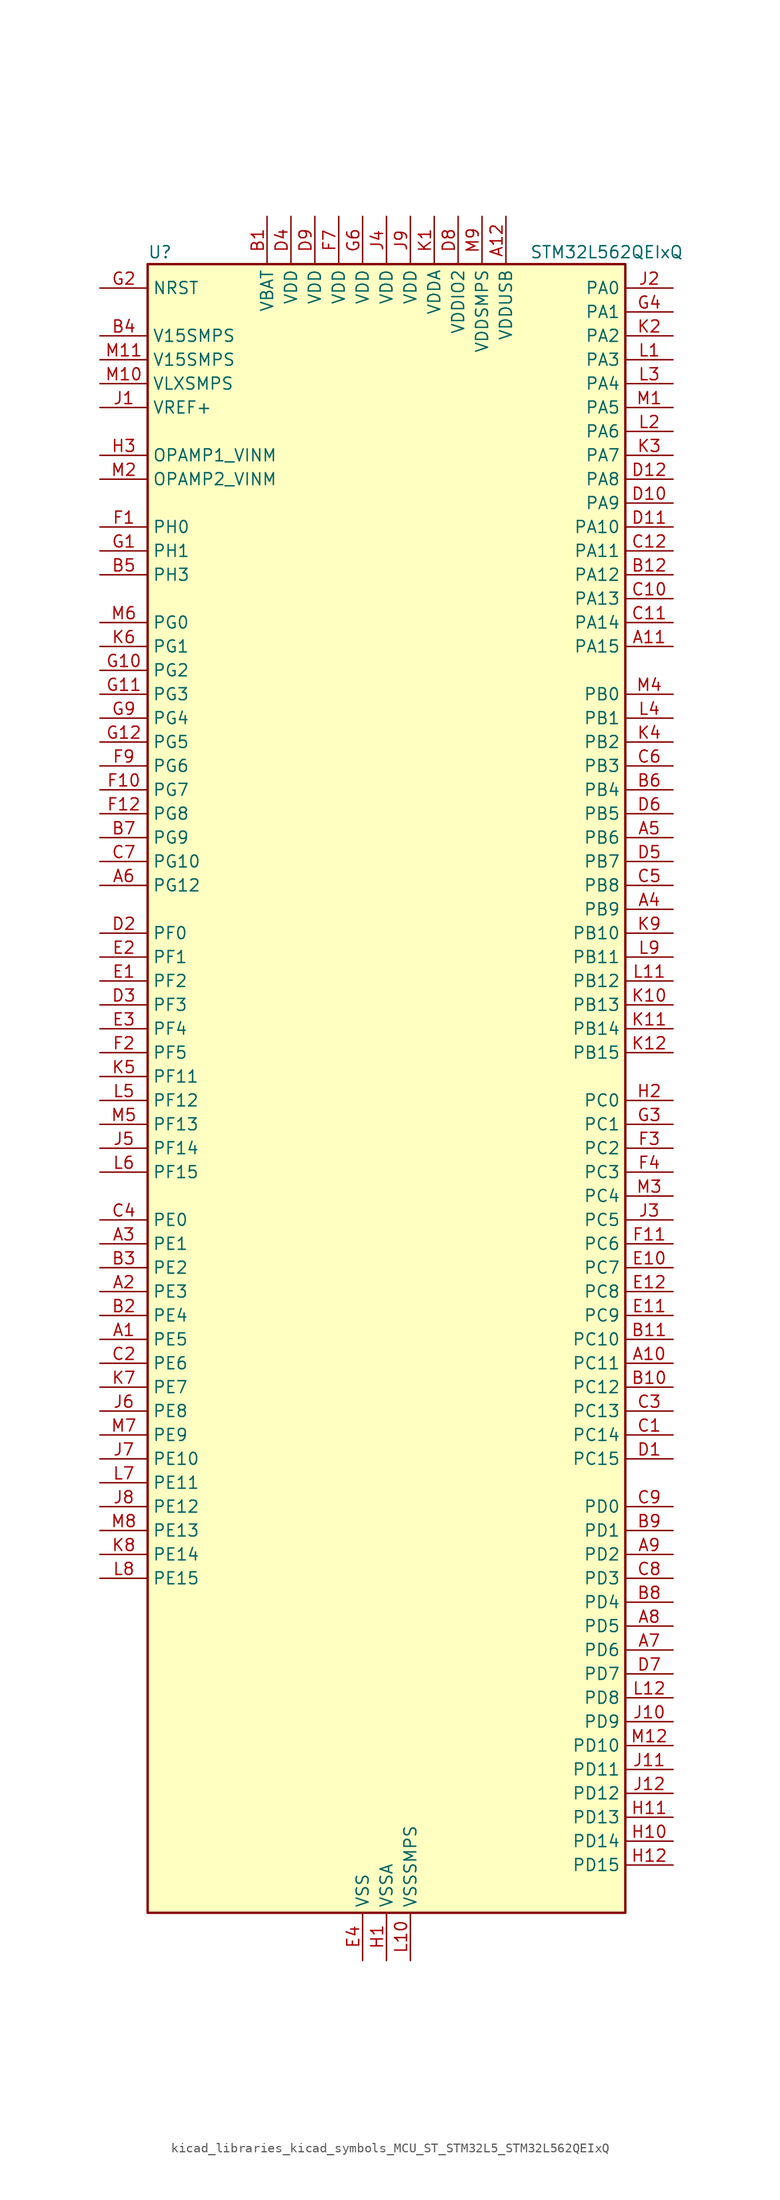
<source format=kicad_sym>
(kicad_symbol_lib
  (version 20220914)
  (generator kicad_symbol_editor)
  (symbol "kicad_libraries_kicad_symbols_MCU_ST_STM32L5_STM32L562QEIxQ"
    (property "Reference" "U"
      (at -25.4 90.17 0)
      (effects (font (size 1.27 1.27)) (justify left)))
    (property "Value" "STM32L562QEIxQ"
      (at 15.24 90.17 0)
      (effects (font (size 1.27 1.27)) (justify left)))
    (property "ki_locked" ""
      (at 0 0 0)
      (effects (font (size 1.27 1.27))))
    (symbol "kicad_libraries_kicad_symbols_MCU_ST_STM32L5_STM32L562QEIxQ_0_1"
      (rectangle (start -25.4 -86.36) (end 25.4 88.9) (stroke (width 0.254) (type default)) (fill (type background))))
    (symbol "kicad_libraries_kicad_symbols_MCU_ST_STM32L5_STM32L562QEIxQ_1_1"
      (pin bidirectional line (at -30.48 -25.4 0) (length 5.08) (name "PE5" (effects (font (size 1.27 1.27)))) (number "A1" (effects (font (size 1.27 1.27)))) (alternate "DEBUG_TRACED2" bidirectional line) (alternate "DFSDM1_CKIN3" bidirectional line) (alternate "FMC_A21" bidirectional line) (alternate "SAI1_CK2" bidirectional line) (alternate "SAI1_SCK_A" bidirectional line) (alternate "TIM3_CH3" bidirectional line) (alternate "TSC_G7_IO4" bidirectional line))
      (pin bidirectional line (at 30.48 -27.94 180) (length 5.08) (name "PC11" (effects (font (size 1.27 1.27)))) (number "A10" (effects (font (size 1.27 1.27)))) (alternate "ADC1_EXTI11" bidirectional line) (alternate "ADC2_EXTI11" bidirectional line) (alternate "LPTIM3_IN1" bidirectional line) (alternate "OCTOSPI1_NCS" bidirectional line) (alternate "SAI2_MCLK_B" bidirectional line) (alternate "SDMMC1_D3" bidirectional line) (alternate "SPI3_MISO" bidirectional line) (alternate "TSC_G3_IO3" bidirectional line) (alternate "UART4_RX" bidirectional line) (alternate "UCPD1_FRSTX2" bidirectional line) (alternate "USART3_RX" bidirectional line))
      (pin bidirectional line (at 30.48 48.26 180) (length 5.08) (name "PA15" (effects (font (size 1.27 1.27)))) (number "A11" (effects (font (size 1.27 1.27)))) (alternate "ADC1_EXTI15" bidirectional line) (alternate "ADC2_EXTI15" bidirectional line) (alternate "DEBUG_JTDI" bidirectional line) (alternate "SAI2_FS_B" bidirectional line) (alternate "SPI1_NSS" bidirectional line) (alternate "SPI3_NSS" bidirectional line) (alternate "TIM2_CH1" bidirectional line) (alternate "TIM2_ETR" bidirectional line) (alternate "UART4_DE" bidirectional line) (alternate "UART4_RTS" bidirectional line) (alternate "UCPD1_CC1" bidirectional line) (alternate "USART2_RX" bidirectional line) (alternate "USART3_DE" bidirectional line) (alternate "USART3_RTS" bidirectional line))
      (pin power_in line (at 12.7 93.98 270) (length 5.08) (name "VDDUSB" (effects (font (size 1.27 1.27)))) (number "A12" (effects (font (size 1.27 1.27)))))
      (pin bidirectional line (at -30.48 -20.32 0) (length 5.08) (name "PE3" (effects (font (size 1.27 1.27)))) (number "A2" (effects (font (size 1.27 1.27)))) (alternate "DEBUG_TRACED0" bidirectional line) (alternate "FMC_A19" bidirectional line) (alternate "OCTOSPI1_DQS" bidirectional line) (alternate "SAI1_SD_B" bidirectional line) (alternate "TIM3_CH1" bidirectional line) (alternate "TSC_G7_IO2" bidirectional line))
      (pin bidirectional line (at -30.48 -15.24 0) (length 5.08) (name "PE1" (effects (font (size 1.27 1.27)))) (number "A3" (effects (font (size 1.27 1.27)))) (alternate "FMC_NBL1" bidirectional line) (alternate "TIM17_CH1" bidirectional line))
      (pin bidirectional line (at 30.48 20.32 180) (length 5.08) (name "PB9" (effects (font (size 1.27 1.27)))) (number "A4" (effects (font (size 1.27 1.27)))) (alternate "DAC1_EXTI9" bidirectional line) (alternate "FDCAN1_TX" bidirectional line) (alternate "I2C1_SDA" bidirectional line) (alternate "IR_OUT" bidirectional line) (alternate "SAI1_D2" bidirectional line) (alternate "SAI1_FS_A" bidirectional line) (alternate "SDMMC1_CDIR" bidirectional line) (alternate "SDMMC1_D5" bidirectional line) (alternate "SPI2_NSS" bidirectional line) (alternate "TIM17_CH1" bidirectional line) (alternate "TIM4_CH4" bidirectional line))
      (pin bidirectional line (at 30.48 27.94 180) (length 5.08) (name "PB6" (effects (font (size 1.27 1.27)))) (number "A5" (effects (font (size 1.27 1.27)))) (alternate "COMP2_INP" bidirectional line) (alternate "I2C1_SCL" bidirectional line) (alternate "I2C4_SCL" bidirectional line) (alternate "LPTIM1_ETR" bidirectional line) (alternate "SAI1_FS_B" bidirectional line) (alternate "TIM16_CH1N" bidirectional line) (alternate "TIM4_CH1" bidirectional line) (alternate "TIM8_BKIN2" bidirectional line) (alternate "TSC_G2_IO3" bidirectional line) (alternate "USART1_TX" bidirectional line))
      (pin bidirectional line (at -30.48 22.86 0) (length 5.08) (name "PG12" (effects (font (size 1.27 1.27)))) (number "A6" (effects (font (size 1.27 1.27)))) (alternate "FMC_NE4" bidirectional line) (alternate "LPTIM1_ETR" bidirectional line) (alternate "SAI2_SD_A" bidirectional line) (alternate "SPI3_NSS" bidirectional line) (alternate "USART1_DE" bidirectional line) (alternate "USART1_RTS" bidirectional line))
      (pin bidirectional line (at 30.48 -58.42 180) (length 5.08) (name "PD6" (effects (font (size 1.27 1.27)))) (number "A7" (effects (font (size 1.27 1.27)))) (alternate "DFSDM1_DATIN1" bidirectional line) (alternate "FMC_NWAIT" bidirectional line) (alternate "OCTOSPI1_IO6" bidirectional line) (alternate "SAI1_D1" bidirectional line) (alternate "SAI1_SD_A" bidirectional line) (alternate "SPI3_MOSI" bidirectional line) (alternate "USART2_RX" bidirectional line))
      (pin bidirectional line (at 30.48 -55.88 180) (length 5.08) (name "PD5" (effects (font (size 1.27 1.27)))) (number "A8" (effects (font (size 1.27 1.27)))) (alternate "FMC_NWE" bidirectional line) (alternate "OCTOSPI1_IO5" bidirectional line) (alternate "USART2_TX" bidirectional line))
      (pin bidirectional line (at 30.48 -48.26 180) (length 5.08) (name "PD2" (effects (font (size 1.27 1.27)))) (number "A9" (effects (font (size 1.27 1.27)))) (alternate "DEBUG_TRACED2" bidirectional line) (alternate "SDMMC1_CMD" bidirectional line) (alternate "TIM3_ETR" bidirectional line) (alternate "TSC_SYNC" bidirectional line) (alternate "UART5_RX" bidirectional line) (alternate "USART3_DE" bidirectional line) (alternate "USART3_RTS" bidirectional line))
      (pin power_in line (at -12.7 93.98 270) (length 5.08) (name "VBAT" (effects (font (size 1.27 1.27)))) (number "B1" (effects (font (size 1.27 1.27)))))
      (pin bidirectional line (at 30.48 -30.48 180) (length 5.08) (name "PC12" (effects (font (size 1.27 1.27)))) (number "B10" (effects (font (size 1.27 1.27)))) (alternate "DEBUG_TRACED3" bidirectional line) (alternate "SAI2_SD_B" bidirectional line) (alternate "SDMMC1_CK" bidirectional line) (alternate "SPI3_MOSI" bidirectional line) (alternate "TSC_G3_IO4" bidirectional line) (alternate "UART5_TX" bidirectional line) (alternate "USART3_CK" bidirectional line))
      (pin bidirectional line (at 30.48 -25.4 180) (length 5.08) (name "PC10" (effects (font (size 1.27 1.27)))) (number "B11" (effects (font (size 1.27 1.27)))) (alternate "DEBUG_TRACED1" bidirectional line) (alternate "LPTIM3_ETR" bidirectional line) (alternate "SAI2_SCK_B" bidirectional line) (alternate "SDMMC1_D2" bidirectional line) (alternate "SPI3_SCK" bidirectional line) (alternate "TSC_G3_IO2" bidirectional line) (alternate "UART4_TX" bidirectional line) (alternate "USART3_TX" bidirectional line))
      (pin bidirectional line (at 30.48 55.88 180) (length 5.08) (name "PA12" (effects (font (size 1.27 1.27)))) (number "B12" (effects (font (size 1.27 1.27)))) (alternate "FDCAN1_TX" bidirectional line) (alternate "SPI1_MOSI" bidirectional line) (alternate "TIM1_ETR" bidirectional line) (alternate "USART1_DE" bidirectional line) (alternate "USART1_RTS" bidirectional line) (alternate "USB_DP" bidirectional line))
      (pin bidirectional line (at -30.48 -22.86 0) (length 5.08) (name "PE4" (effects (font (size 1.27 1.27)))) (number "B2" (effects (font (size 1.27 1.27)))) (alternate "DEBUG_TRACED1" bidirectional line) (alternate "DFSDM1_DATIN3" bidirectional line) (alternate "FMC_A20" bidirectional line) (alternate "SAI1_D2" bidirectional line) (alternate "SAI1_FS_A" bidirectional line) (alternate "TIM3_CH2" bidirectional line) (alternate "TSC_G7_IO3" bidirectional line))
      (pin bidirectional line (at -30.48 -17.78 0) (length 5.08) (name "PE2" (effects (font (size 1.27 1.27)))) (number "B3" (effects (font (size 1.27 1.27)))) (alternate "DEBUG_TRACECLK" bidirectional line) (alternate "FMC_A23" bidirectional line) (alternate "SAI1_CK1" bidirectional line) (alternate "SAI1_MCLK_A" bidirectional line) (alternate "TIM3_ETR" bidirectional line) (alternate "TSC_G7_IO1" bidirectional line))
      (pin power_in line (at -30.48 81.28 0) (length 5.08) (name "V15SMPS" (effects (font (size 1.27 1.27)))) (number "B4" (effects (font (size 1.27 1.27)))))
      (pin bidirectional line (at -30.48 55.88 0) (length 5.08) (name "PH3" (effects (font (size 1.27 1.27)))) (number "B5" (effects (font (size 1.27 1.27)))))
      (pin bidirectional line (at 30.48 33.02 180) (length 5.08) (name "PB4" (effects (font (size 1.27 1.27)))) (number "B6" (effects (font (size 1.27 1.27)))) (alternate "COMP2_INP" bidirectional line) (alternate "DEBUG_JTRST" bidirectional line) (alternate "I2C3_SDA" bidirectional line) (alternate "SAI1_MCLK_B" bidirectional line) (alternate "SPI1_MISO" bidirectional line) (alternate "SPI3_MISO" bidirectional line) (alternate "TIM17_BKIN" bidirectional line) (alternate "TIM3_CH1" bidirectional line) (alternate "TSC_G2_IO1" bidirectional line) (alternate "UART5_DE" bidirectional line) (alternate "UART5_RTS" bidirectional line) (alternate "USART1_CTS" bidirectional line) (alternate "USART1_NSS" bidirectional line))
      (pin bidirectional line (at -30.48 27.94 0) (length 5.08) (name "PG9" (effects (font (size 1.27 1.27)))) (number "B7" (effects (font (size 1.27 1.27)))) (alternate "DAC1_EXTI9" bidirectional line) (alternate "FMC_NCE" bidirectional line) (alternate "FMC_NE2" bidirectional line) (alternate "SAI2_SCK_A" bidirectional line) (alternate "SPI3_SCK" bidirectional line) (alternate "TIM15_CH1N" bidirectional line) (alternate "USART1_TX" bidirectional line))
      (pin bidirectional line (at 30.48 -53.34 180) (length 5.08) (name "PD4" (effects (font (size 1.27 1.27)))) (number "B8" (effects (font (size 1.27 1.27)))) (alternate "DFSDM1_CKIN0" bidirectional line) (alternate "FMC_NOE" bidirectional line) (alternate "OCTOSPI1_IO4" bidirectional line) (alternate "SPI2_MOSI" bidirectional line) (alternate "USART2_DE" bidirectional line) (alternate "USART2_RTS" bidirectional line))
      (pin bidirectional line (at 30.48 -45.72 180) (length 5.08) (name "PD1" (effects (font (size 1.27 1.27)))) (number "B9" (effects (font (size 1.27 1.27)))) (alternate "FDCAN1_TX" bidirectional line) (alternate "FMC_D3" bidirectional line) (alternate "FMC_DA3" bidirectional line) (alternate "SPI2_SCK" bidirectional line))
      (pin bidirectional line (at 30.48 -35.56 180) (length 5.08) (name "PC14" (effects (font (size 1.27 1.27)))) (number "C1" (effects (font (size 1.27 1.27)))) (alternate "RCC_OSC32_IN" bidirectional line))
      (pin bidirectional line (at 30.48 53.34 180) (length 5.08) (name "PA13" (effects (font (size 1.27 1.27)))) (number "C10" (effects (font (size 1.27 1.27)))) (alternate "DEBUG_JTMS-SWDIO" bidirectional line) (alternate "IR_OUT" bidirectional line) (alternate "SAI1_SD_B" bidirectional line) (alternate "USB_NOE" bidirectional line))
      (pin bidirectional line (at 30.48 50.8 180) (length 5.08) (name "PA14" (effects (font (size 1.27 1.27)))) (number "C11" (effects (font (size 1.27 1.27)))) (alternate "DEBUG_JTCK-SWCLK" bidirectional line) (alternate "I2C1_SMBA" bidirectional line) (alternate "I2C4_SMBA" bidirectional line) (alternate "LPTIM1_OUT" bidirectional line) (alternate "SAI1_FS_B" bidirectional line))
      (pin bidirectional line (at 30.48 58.42 180) (length 5.08) (name "PA11" (effects (font (size 1.27 1.27)))) (number "C12" (effects (font (size 1.27 1.27)))) (alternate "ADC1_EXTI11" bidirectional line) (alternate "ADC2_EXTI11" bidirectional line) (alternate "FDCAN1_RX" bidirectional line) (alternate "SPI1_MISO" bidirectional line) (alternate "TIM1_BKIN2" bidirectional line) (alternate "TIM1_CH4" bidirectional line) (alternate "USART1_CTS" bidirectional line) (alternate "USART1_NSS" bidirectional line) (alternate "USB_DM" bidirectional line))
      (pin bidirectional line (at -30.48 -27.94 0) (length 5.08) (name "PE6" (effects (font (size 1.27 1.27)))) (number "C2" (effects (font (size 1.27 1.27)))) (alternate "DEBUG_TRACED3" bidirectional line) (alternate "FMC_A22" bidirectional line) (alternate "PWR_WKUP3" bidirectional line) (alternate "SAI1_D1" bidirectional line) (alternate "SAI1_SD_A" bidirectional line) (alternate "TAMP_IN3" bidirectional line) (alternate "TAMP_OUT6" bidirectional line) (alternate "TIM3_CH4" bidirectional line))
      (pin bidirectional line (at 30.48 -33.02 180) (length 5.08) (name "PC13" (effects (font (size 1.27 1.27)))) (number "C3" (effects (font (size 1.27 1.27)))) (alternate "PWR_WKUP2" bidirectional line) (alternate "RTC_OUT1" bidirectional line) (alternate "RTC_TS" bidirectional line) (alternate "TAMP_IN1" bidirectional line) (alternate "TAMP_OUT2" bidirectional line))
      (pin bidirectional line (at -30.48 -12.7 0) (length 5.08) (name "PE0" (effects (font (size 1.27 1.27)))) (number "C4" (effects (font (size 1.27 1.27)))) (alternate "FMC_NBL0" bidirectional line) (alternate "TIM16_CH1" bidirectional line) (alternate "TIM4_ETR" bidirectional line))
      (pin bidirectional line (at 30.48 22.86 180) (length 5.08) (name "PB8" (effects (font (size 1.27 1.27)))) (number "C5" (effects (font (size 1.27 1.27)))) (alternate "DFSDM1_CKOUT" bidirectional line) (alternate "FDCAN1_RX" bidirectional line) (alternate "I2C1_SCL" bidirectional line) (alternate "SAI1_CK1" bidirectional line) (alternate "SAI1_MCLK_A" bidirectional line) (alternate "SDMMC1_CKIN" bidirectional line) (alternate "SDMMC1_D4" bidirectional line) (alternate "TIM16_CH1" bidirectional line) (alternate "TIM4_CH3" bidirectional line))
      (pin bidirectional line (at 30.48 35.56 180) (length 5.08) (name "PB3" (effects (font (size 1.27 1.27)))) (number "C6" (effects (font (size 1.27 1.27)))) (alternate "COMP2_INM" bidirectional line) (alternate "CRS_SYNC" bidirectional line) (alternate "DEBUG_JTDO-SWO" bidirectional line) (alternate "SAI1_SCK_B" bidirectional line) (alternate "SPI1_SCK" bidirectional line) (alternate "SPI3_SCK" bidirectional line) (alternate "TIM2_CH2" bidirectional line) (alternate "USART1_DE" bidirectional line) (alternate "USART1_RTS" bidirectional line))
      (pin bidirectional line (at -30.48 25.4 0) (length 5.08) (name "PG10" (effects (font (size 1.27 1.27)))) (number "C7" (effects (font (size 1.27 1.27)))) (alternate "FMC_NE3" bidirectional line) (alternate "LPTIM1_IN1" bidirectional line) (alternate "SAI2_FS_A" bidirectional line) (alternate "SPI3_MISO" bidirectional line) (alternate "TIM15_CH1" bidirectional line) (alternate "USART1_RX" bidirectional line))
      (pin bidirectional line (at 30.48 -50.8 180) (length 5.08) (name "PD3" (effects (font (size 1.27 1.27)))) (number "C8" (effects (font (size 1.27 1.27)))) (alternate "DFSDM1_DATIN0" bidirectional line) (alternate "FMC_CLK" bidirectional line) (alternate "SPI2_MISO" bidirectional line) (alternate "SPI2_SCK" bidirectional line) (alternate "USART2_CTS" bidirectional line) (alternate "USART2_NSS" bidirectional line))
      (pin bidirectional line (at 30.48 -43.18 180) (length 5.08) (name "PD0" (effects (font (size 1.27 1.27)))) (number "C9" (effects (font (size 1.27 1.27)))) (alternate "FDCAN1_RX" bidirectional line) (alternate "FMC_D2" bidirectional line) (alternate "FMC_DA2" bidirectional line) (alternate "SPI2_NSS" bidirectional line))
      (pin bidirectional line (at 30.48 -38.1 180) (length 5.08) (name "PC15" (effects (font (size 1.27 1.27)))) (number "D1" (effects (font (size 1.27 1.27)))) (alternate "ADC1_EXTI15" bidirectional line) (alternate "ADC2_EXTI15" bidirectional line) (alternate "RCC_OSC32_OUT" bidirectional line))
      (pin bidirectional line (at 30.48 63.5 180) (length 5.08) (name "PA9" (effects (font (size 1.27 1.27)))) (number "D10" (effects (font (size 1.27 1.27)))) (alternate "DAC1_EXTI9" bidirectional line) (alternate "SAI1_FS_A" bidirectional line) (alternate "SPI2_SCK" bidirectional line) (alternate "TIM15_BKIN" bidirectional line) (alternate "TIM1_CH2" bidirectional line) (alternate "USART1_TX" bidirectional line))
      (pin bidirectional line (at 30.48 60.96 180) (length 5.08) (name "PA10" (effects (font (size 1.27 1.27)))) (number "D11" (effects (font (size 1.27 1.27)))) (alternate "CRS_SYNC" bidirectional line) (alternate "SAI1_D1" bidirectional line) (alternate "SAI1_SD_A" bidirectional line) (alternate "TIM17_BKIN" bidirectional line) (alternate "TIM1_CH3" bidirectional line) (alternate "USART1_RX" bidirectional line))
      (pin bidirectional line (at 30.48 66.04 180) (length 5.08) (name "PA8" (effects (font (size 1.27 1.27)))) (number "D12" (effects (font (size 1.27 1.27)))) (alternate "LPTIM2_OUT" bidirectional line) (alternate "RCC_MCO" bidirectional line) (alternate "SAI1_CK2" bidirectional line) (alternate "SAI1_SCK_A" bidirectional line) (alternate "TIM1_CH1" bidirectional line) (alternate "USART1_CK" bidirectional line))
      (pin bidirectional line (at -30.48 17.78 0) (length 5.08) (name "PF0" (effects (font (size 1.27 1.27)))) (number "D2" (effects (font (size 1.27 1.27)))) (alternate "FMC_A0" bidirectional line) (alternate "I2C2_SDA" bidirectional line))
      (pin bidirectional line (at -30.48 10.16 0) (length 5.08) (name "PF3" (effects (font (size 1.27 1.27)))) (number "D3" (effects (font (size 1.27 1.27)))) (alternate "FMC_A3" bidirectional line) (alternate "LPTIM3_IN1" bidirectional line))
      (pin power_in line (at -10.16 93.98 270) (length 5.08) (name "VDD" (effects (font (size 1.27 1.27)))) (number "D4" (effects (font (size 1.27 1.27)))))
      (pin bidirectional line (at 30.48 25.4 180) (length 5.08) (name "PB7" (effects (font (size 1.27 1.27)))) (number "D5" (effects (font (size 1.27 1.27)))) (alternate "COMP2_INM" bidirectional line) (alternate "FMC_NL" bidirectional line) (alternate "I2C1_SDA" bidirectional line) (alternate "I2C4_SDA" bidirectional line) (alternate "LPTIM1_IN2" bidirectional line) (alternate "PWR_PVD_IN" bidirectional line) (alternate "TIM17_CH1N" bidirectional line) (alternate "TIM4_CH2" bidirectional line) (alternate "TIM8_BKIN" bidirectional line) (alternate "TSC_G2_IO4" bidirectional line) (alternate "UART4_CTS" bidirectional line) (alternate "USART1_RX" bidirectional line))
      (pin bidirectional line (at 30.48 30.48 180) (length 5.08) (name "PB5" (effects (font (size 1.27 1.27)))) (number "D6" (effects (font (size 1.27 1.27)))) (alternate "COMP2_OUT" bidirectional line) (alternate "I2C1_SMBA" bidirectional line) (alternate "LPTIM1_IN1" bidirectional line) (alternate "OCTOSPI1_NCLK" bidirectional line) (alternate "SAI1_SD_B" bidirectional line) (alternate "SPI1_MOSI" bidirectional line) (alternate "SPI3_MOSI" bidirectional line) (alternate "TIM16_BKIN" bidirectional line) (alternate "TIM3_CH2" bidirectional line) (alternate "TSC_G2_IO2" bidirectional line) (alternate "UART5_CTS" bidirectional line) (alternate "UCPD1_DBCC1" bidirectional line) (alternate "USART1_CK" bidirectional line))
      (pin bidirectional line (at 30.48 -60.96 180) (length 5.08) (name "PD7" (effects (font (size 1.27 1.27)))) (number "D7" (effects (font (size 1.27 1.27)))) (alternate "DFSDM1_CKIN1" bidirectional line) (alternate "FMC_NCE" bidirectional line) (alternate "FMC_NE1" bidirectional line) (alternate "OCTOSPI1_IO7" bidirectional line) (alternate "USART2_CK" bidirectional line))
      (pin power_in line (at 7.62 93.98 270) (length 5.08) (name "VDDIO2" (effects (font (size 1.27 1.27)))) (number "D8" (effects (font (size 1.27 1.27)))))
      (pin power_in line (at -7.62 93.98 270) (length 5.08) (name "VDD" (effects (font (size 1.27 1.27)))) (number "D9" (effects (font (size 1.27 1.27)))))
      (pin bidirectional line (at -30.48 12.7 0) (length 5.08) (name "PF2" (effects (font (size 1.27 1.27)))) (number "E1" (effects (font (size 1.27 1.27)))) (alternate "FMC_A2" bidirectional line) (alternate "I2C2_SMBA" bidirectional line))
      (pin bidirectional line (at 30.48 -17.78 180) (length 5.08) (name "PC7" (effects (font (size 1.27 1.27)))) (number "E10" (effects (font (size 1.27 1.27)))) (alternate "DFSDM1_DATIN3" bidirectional line) (alternate "SAI2_MCLK_B" bidirectional line) (alternate "SDMMC1_D123DIR" bidirectional line) (alternate "SDMMC1_D7" bidirectional line) (alternate "TIM3_CH2" bidirectional line) (alternate "TIM8_CH2" bidirectional line) (alternate "TSC_G4_IO2" bidirectional line))
      (pin bidirectional line (at 30.48 -22.86 180) (length 5.08) (name "PC9" (effects (font (size 1.27 1.27)))) (number "E11" (effects (font (size 1.27 1.27)))) (alternate "DAC1_EXTI9" bidirectional line) (alternate "DEBUG_TRACED0" bidirectional line) (alternate "SAI2_EXTCLK" bidirectional line) (alternate "SDMMC1_D1" bidirectional line) (alternate "TIM3_CH4" bidirectional line) (alternate "TIM8_BKIN2" bidirectional line) (alternate "TIM8_CH4" bidirectional line) (alternate "TSC_G4_IO4" bidirectional line) (alternate "USB_NOE" bidirectional line))
      (pin bidirectional line (at 30.48 -20.32 180) (length 5.08) (name "PC8" (effects (font (size 1.27 1.27)))) (number "E12" (effects (font (size 1.27 1.27)))) (alternate "SDMMC1_D0" bidirectional line) (alternate "TIM3_CH3" bidirectional line) (alternate "TIM8_CH3" bidirectional line) (alternate "TSC_G4_IO3" bidirectional line))
      (pin bidirectional line (at -30.48 15.24 0) (length 5.08) (name "PF1" (effects (font (size 1.27 1.27)))) (number "E2" (effects (font (size 1.27 1.27)))) (alternate "FMC_A1" bidirectional line) (alternate "I2C2_SCL" bidirectional line))
      (pin bidirectional line (at -30.48 7.62 0) (length 5.08) (name "PF4" (effects (font (size 1.27 1.27)))) (number "E3" (effects (font (size 1.27 1.27)))) (alternate "FMC_A4" bidirectional line) (alternate "LPTIM3_ETR" bidirectional line))
      (pin power_in line (at -2.54 -91.44 90) (length 5.08) (name "VSS" (effects (font (size 1.27 1.27)))) (number "E4" (effects (font (size 1.27 1.27)))))
      (pin passive line (at -2.54 -91.44 90) (length 5.08) hide (name "VSS" (effects (font (size 1.27 1.27)))) (number "E9" (effects (font (size 1.27 1.27)))))
      (pin bidirectional line (at -30.48 60.96 0) (length 5.08) (name "PH0" (effects (font (size 1.27 1.27)))) (number "F1" (effects (font (size 1.27 1.27)))) (alternate "RCC_OSC_IN" bidirectional line))
      (pin bidirectional line (at -30.48 33.02 0) (length 5.08) (name "PG7" (effects (font (size 1.27 1.27)))) (number "F10" (effects (font (size 1.27 1.27)))) (alternate "DFSDM1_CKOUT" bidirectional line) (alternate "FMC_INT" bidirectional line) (alternate "I2C3_SCL" bidirectional line) (alternate "LPUART1_TX" bidirectional line) (alternate "SAI1_CK1" bidirectional line) (alternate "SAI1_MCLK_A" bidirectional line) (alternate "UCPD1_FRSTX2" bidirectional line))
      (pin bidirectional line (at 30.48 -15.24 180) (length 5.08) (name "PC6" (effects (font (size 1.27 1.27)))) (number "F11" (effects (font (size 1.27 1.27)))) (alternate "DFSDM1_CKIN3" bidirectional line) (alternate "SAI2_MCLK_A" bidirectional line) (alternate "SDMMC1_D0DIR" bidirectional line) (alternate "SDMMC1_D6" bidirectional line) (alternate "TIM3_CH1" bidirectional line) (alternate "TIM8_CH1" bidirectional line) (alternate "TSC_G4_IO1" bidirectional line))
      (pin bidirectional line (at -30.48 30.48 0) (length 5.08) (name "PG8" (effects (font (size 1.27 1.27)))) (number "F12" (effects (font (size 1.27 1.27)))) (alternate "I2C3_SDA" bidirectional line) (alternate "LPUART1_RX" bidirectional line))
      (pin bidirectional line (at -30.48 5.08 0) (length 5.08) (name "PF5" (effects (font (size 1.27 1.27)))) (number "F2" (effects (font (size 1.27 1.27)))) (alternate "FMC_A5" bidirectional line) (alternate "LPTIM3_OUT" bidirectional line))
      (pin bidirectional line (at 30.48 -5.08 180) (length 5.08) (name "PC2" (effects (font (size 1.27 1.27)))) (number "F3" (effects (font (size 1.27 1.27)))) (alternate "ADC1_IN3" bidirectional line) (alternate "ADC2_IN3" bidirectional line) (alternate "DFSDM1_CKOUT" bidirectional line) (alternate "LPTIM1_IN2" bidirectional line) (alternate "OCTOSPI1_IO5" bidirectional line) (alternate "SPI2_MISO" bidirectional line))
      (pin bidirectional line (at 30.48 -7.62 180) (length 5.08) (name "PC3" (effects (font (size 1.27 1.27)))) (number "F4" (effects (font (size 1.27 1.27)))) (alternate "ADC1_IN4" bidirectional line) (alternate "ADC2_IN4" bidirectional line) (alternate "LPTIM1_ETR" bidirectional line) (alternate "LPTIM2_ETR" bidirectional line) (alternate "LPTIM3_OUT" bidirectional line) (alternate "OCTOSPI1_IO6" bidirectional line) (alternate "SAI1_D1" bidirectional line) (alternate "SAI1_SD_A" bidirectional line) (alternate "SPI2_MOSI" bidirectional line))
      (pin passive line (at -2.54 -91.44 90) (length 5.08) hide (name "VSS" (effects (font (size 1.27 1.27)))) (number "F6" (effects (font (size 1.27 1.27)))))
      (pin power_in line (at -5.08 93.98 270) (length 5.08) (name "VDD" (effects (font (size 1.27 1.27)))) (number "F7" (effects (font (size 1.27 1.27)))))
      (pin bidirectional line (at -30.48 35.56 0) (length 5.08) (name "PG6" (effects (font (size 1.27 1.27)))) (number "F9" (effects (font (size 1.27 1.27)))) (alternate "I2C3_SMBA" bidirectional line) (alternate "LPUART1_DE" bidirectional line) (alternate "LPUART1_RTS" bidirectional line) (alternate "OCTOSPI1_DQS" bidirectional line) (alternate "UCPD1_FRSTX1" bidirectional line))
      (pin bidirectional line (at -30.48 58.42 0) (length 5.08) (name "PH1" (effects (font (size 1.27 1.27)))) (number "G1" (effects (font (size 1.27 1.27)))) (alternate "RCC_OSC_OUT" bidirectional line))
      (pin bidirectional line (at -30.48 45.72 0) (length 5.08) (name "PG2" (effects (font (size 1.27 1.27)))) (number "G10" (effects (font (size 1.27 1.27)))) (alternate "FMC_A12" bidirectional line) (alternate "SAI2_SCK_B" bidirectional line) (alternate "SPI1_SCK" bidirectional line))
      (pin bidirectional line (at -30.48 43.18 0) (length 5.08) (name "PG3" (effects (font (size 1.27 1.27)))) (number "G11" (effects (font (size 1.27 1.27)))) (alternate "FMC_A13" bidirectional line) (alternate "SAI2_FS_B" bidirectional line) (alternate "SPI1_MISO" bidirectional line))
      (pin bidirectional line (at -30.48 38.1 0) (length 5.08) (name "PG5" (effects (font (size 1.27 1.27)))) (number "G12" (effects (font (size 1.27 1.27)))) (alternate "FMC_A15" bidirectional line) (alternate "LPUART1_CTS" bidirectional line) (alternate "SAI2_SD_B" bidirectional line) (alternate "SPI1_NSS" bidirectional line))
      (pin input line (at -30.48 86.36 0) (length 5.08) (name "NRST" (effects (font (size 1.27 1.27)))) (number "G2" (effects (font (size 1.27 1.27)))))
      (pin bidirectional line (at 30.48 -2.54 180) (length 5.08) (name "PC1" (effects (font (size 1.27 1.27)))) (number "G3" (effects (font (size 1.27 1.27)))) (alternate "ADC1_IN2" bidirectional line) (alternate "ADC2_IN2" bidirectional line) (alternate "DEBUG_TRACED0" bidirectional line) (alternate "I2C3_SDA" bidirectional line) (alternate "LPTIM1_OUT" bidirectional line) (alternate "LPUART1_TX" bidirectional line) (alternate "OCTOSPI1_IO4" bidirectional line) (alternate "SAI1_SD_A" bidirectional line) (alternate "SPI2_MOSI" bidirectional line))
      (pin bidirectional line (at 30.48 83.82 180) (length 5.08) (name "PA1" (effects (font (size 1.27 1.27)))) (number "G4" (effects (font (size 1.27 1.27)))) (alternate "ADC1_IN6" bidirectional line) (alternate "ADC2_IN6" bidirectional line) (alternate "I2C1_SMBA" bidirectional line) (alternate "OCTOSPI1_DQS" bidirectional line) (alternate "OPAMP1_VINM" bidirectional line) (alternate "SPI1_SCK" bidirectional line) (alternate "TAMP_IN5" bidirectional line) (alternate "TAMP_OUT4" bidirectional line) (alternate "TIM15_CH1N" bidirectional line) (alternate "TIM2_CH2" bidirectional line) (alternate "TIM5_CH2" bidirectional line) (alternate "UART4_RX" bidirectional line) (alternate "USART2_DE" bidirectional line) (alternate "USART2_RTS" bidirectional line))
      (pin power_in line (at -2.54 93.98 270) (length 5.08) (name "VDD" (effects (font (size 1.27 1.27)))) (number "G6" (effects (font (size 1.27 1.27)))))
      (pin passive line (at -2.54 -91.44 90) (length 5.08) hide (name "VSS" (effects (font (size 1.27 1.27)))) (number "G7" (effects (font (size 1.27 1.27)))))
      (pin bidirectional line (at -30.48 40.64 0) (length 5.08) (name "PG4" (effects (font (size 1.27 1.27)))) (number "G9" (effects (font (size 1.27 1.27)))) (alternate "FMC_A14" bidirectional line) (alternate "SAI2_MCLK_B" bidirectional line) (alternate "SPI1_MOSI" bidirectional line))
      (pin power_in line (at 0 -91.44 90) (length 5.08) (name "VSSA" (effects (font (size 1.27 1.27)))) (number "H1" (effects (font (size 1.27 1.27)))))
      (pin bidirectional line (at 30.48 -78.74 180) (length 5.08) (name "PD14" (effects (font (size 1.27 1.27)))) (number "H10" (effects (font (size 1.27 1.27)))) (alternate "FMC_D0" bidirectional line) (alternate "FMC_DA0" bidirectional line) (alternate "TIM4_CH3" bidirectional line))
      (pin bidirectional line (at 30.48 -76.2 180) (length 5.08) (name "PD13" (effects (font (size 1.27 1.27)))) (number "H11" (effects (font (size 1.27 1.27)))) (alternate "FMC_A18" bidirectional line) (alternate "I2C4_SDA" bidirectional line) (alternate "LPTIM2_OUT" bidirectional line) (alternate "TIM4_CH2" bidirectional line) (alternate "TSC_G6_IO4" bidirectional line))
      (pin bidirectional line (at 30.48 -81.28 180) (length 5.08) (name "PD15" (effects (font (size 1.27 1.27)))) (number "H12" (effects (font (size 1.27 1.27)))) (alternate "ADC1_EXTI15" bidirectional line) (alternate "ADC2_EXTI15" bidirectional line) (alternate "FMC_D1" bidirectional line) (alternate "FMC_DA1" bidirectional line) (alternate "TIM4_CH4" bidirectional line))
      (pin bidirectional line (at 30.48 0 180) (length 5.08) (name "PC0" (effects (font (size 1.27 1.27)))) (number "H2" (effects (font (size 1.27 1.27)))) (alternate "ADC1_IN1" bidirectional line) (alternate "ADC2_IN1" bidirectional line) (alternate "I2C3_SCL" bidirectional line) (alternate "LPTIM1_IN1" bidirectional line) (alternate "LPTIM2_IN1" bidirectional line) (alternate "LPUART1_RX" bidirectional line) (alternate "OCTOSPI1_IO7" bidirectional line) (alternate "SAI2_FS_A" bidirectional line) (alternate "SDMMC1_D5" bidirectional line))
      (pin bidirectional line (at -30.48 68.58 0) (length 5.08) (name "OPAMP1_VINM" (effects (font (size 1.27 1.27)))) (number "H3" (effects (font (size 1.27 1.27)))) (alternate "OPAMP1_VINM" bidirectional line))
      (pin passive line (at -2.54 -91.44 90) (length 5.08) hide (name "VSS" (effects (font (size 1.27 1.27)))) (number "H4" (effects (font (size 1.27 1.27)))))
      (pin passive line (at -2.54 -91.44 90) (length 5.08) hide (name "VSS" (effects (font (size 1.27 1.27)))) (number "H9" (effects (font (size 1.27 1.27)))))
      (pin input line (at -30.48 73.66 0) (length 5.08) (name "VREF+" (effects (font (size 1.27 1.27)))) (number "J1" (effects (font (size 1.27 1.27)))))
      (pin bidirectional line (at 30.48 -66.04 180) (length 5.08) (name "PD9" (effects (font (size 1.27 1.27)))) (number "J10" (effects (font (size 1.27 1.27)))) (alternate "DAC1_EXTI9" bidirectional line) (alternate "FMC_D14" bidirectional line) (alternate "FMC_DA14" bidirectional line) (alternate "SAI2_MCLK_A" bidirectional line) (alternate "USART3_RX" bidirectional line))
      (pin bidirectional line (at 30.48 -71.12 180) (length 5.08) (name "PD11" (effects (font (size 1.27 1.27)))) (number "J11" (effects (font (size 1.27 1.27)))) (alternate "ADC1_EXTI11" bidirectional line) (alternate "ADC2_EXTI11" bidirectional line) (alternate "FMC_A16" bidirectional line) (alternate "FMC_CLE" bidirectional line) (alternate "I2C4_SMBA" bidirectional line) (alternate "LPTIM2_ETR" bidirectional line) (alternate "SAI2_SD_A" bidirectional line) (alternate "TSC_G6_IO2" bidirectional line) (alternate "USART3_CTS" bidirectional line) (alternate "USART3_NSS" bidirectional line))
      (pin bidirectional line (at 30.48 -73.66 180) (length 5.08) (name "PD12" (effects (font (size 1.27 1.27)))) (number "J12" (effects (font (size 1.27 1.27)))) (alternate "FMC_A17" bidirectional line) (alternate "FMC_ALE" bidirectional line) (alternate "I2C4_SCL" bidirectional line) (alternate "LPTIM2_IN1" bidirectional line) (alternate "SAI2_FS_A" bidirectional line) (alternate "TIM4_CH1" bidirectional line) (alternate "TSC_G6_IO3" bidirectional line) (alternate "USART3_DE" bidirectional line) (alternate "USART3_RTS" bidirectional line))
      (pin bidirectional line (at 30.48 86.36 180) (length 5.08) (name "PA0" (effects (font (size 1.27 1.27)))) (number "J2" (effects (font (size 1.27 1.27)))) (alternate "ADC1_IN5" bidirectional line) (alternate "ADC2_IN5" bidirectional line) (alternate "OPAMP1_VINP" bidirectional line) (alternate "PWR_WKUP1" bidirectional line) (alternate "SAI1_EXTCLK" bidirectional line) (alternate "TAMP_IN2" bidirectional line) (alternate "TAMP_OUT1" bidirectional line) (alternate "TIM2_CH1" bidirectional line) (alternate "TIM2_ETR" bidirectional line) (alternate "TIM5_CH1" bidirectional line) (alternate "TIM8_ETR" bidirectional line) (alternate "UART4_TX" bidirectional line) (alternate "USART2_CTS" bidirectional line) (alternate "USART2_NSS" bidirectional line))
      (pin bidirectional line (at 30.48 -12.7 180) (length 5.08) (name "PC5" (effects (font (size 1.27 1.27)))) (number "J3" (effects (font (size 1.27 1.27)))) (alternate "ADC1_IN14" bidirectional line) (alternate "ADC2_IN14" bidirectional line) (alternate "COMP1_INP" bidirectional line) (alternate "PWR_WKUP5" bidirectional line) (alternate "SAI1_D3" bidirectional line) (alternate "TAMP_IN4" bidirectional line) (alternate "TAMP_OUT5" bidirectional line) (alternate "USART3_RX" bidirectional line))
      (pin power_in line (at 0 93.98 270) (length 5.08) (name "VDD" (effects (font (size 1.27 1.27)))) (number "J4" (effects (font (size 1.27 1.27)))))
      (pin bidirectional line (at -30.48 -5.08 0) (length 5.08) (name "PF14" (effects (font (size 1.27 1.27)))) (number "J5" (effects (font (size 1.27 1.27)))) (alternate "FMC_A8" bidirectional line) (alternate "I2C4_SCL" bidirectional line) (alternate "TSC_G8_IO1" bidirectional line))
      (pin bidirectional line (at -30.48 -33.02 0) (length 5.08) (name "PE8" (effects (font (size 1.27 1.27)))) (number "J6" (effects (font (size 1.27 1.27)))) (alternate "DFSDM1_CKIN2" bidirectional line) (alternate "FMC_D5" bidirectional line) (alternate "FMC_DA5" bidirectional line) (alternate "SAI1_SCK_B" bidirectional line) (alternate "TIM1_CH1N" bidirectional line))
      (pin bidirectional line (at -30.48 -38.1 0) (length 5.08) (name "PE10" (effects (font (size 1.27 1.27)))) (number "J7" (effects (font (size 1.27 1.27)))) (alternate "FMC_D7" bidirectional line) (alternate "FMC_DA7" bidirectional line) (alternate "OCTOSPI1_CLK" bidirectional line) (alternate "SAI1_MCLK_B" bidirectional line) (alternate "TIM1_CH2N" bidirectional line) (alternate "TSC_G5_IO1" bidirectional line))
      (pin bidirectional line (at -30.48 -43.18 0) (length 5.08) (name "PE12" (effects (font (size 1.27 1.27)))) (number "J8" (effects (font (size 1.27 1.27)))) (alternate "FMC_D9" bidirectional line) (alternate "FMC_DA9" bidirectional line) (alternate "OCTOSPI1_IO0" bidirectional line) (alternate "SPI1_NSS" bidirectional line) (alternate "TIM1_CH3N" bidirectional line) (alternate "TSC_G5_IO3" bidirectional line))
      (pin power_in line (at 2.54 93.98 270) (length 5.08) (name "VDD" (effects (font (size 1.27 1.27)))) (number "J9" (effects (font (size 1.27 1.27)))))
      (pin power_in line (at 5.08 93.98 270) (length 5.08) (name "VDDA" (effects (font (size 1.27 1.27)))) (number "K1" (effects (font (size 1.27 1.27)))))
      (pin bidirectional line (at 30.48 10.16 180) (length 5.08) (name "PB13" (effects (font (size 1.27 1.27)))) (number "K10" (effects (font (size 1.27 1.27)))) (alternate "DFSDM1_CKIN1" bidirectional line) (alternate "I2C2_SCL" bidirectional line) (alternate "LPTIM3_IN1" bidirectional line) (alternate "LPUART1_CTS" bidirectional line) (alternate "SAI2_SCK_A" bidirectional line) (alternate "SPI2_SCK" bidirectional line) (alternate "TIM15_CH1N" bidirectional line) (alternate "TIM1_CH1N" bidirectional line) (alternate "TSC_G1_IO2" bidirectional line) (alternate "UCPD1_FRSTX2" bidirectional line) (alternate "USART3_CTS" bidirectional line) (alternate "USART3_NSS" bidirectional line))
      (pin bidirectional line (at 30.48 7.62 180) (length 5.08) (name "PB14" (effects (font (size 1.27 1.27)))) (number "K11" (effects (font (size 1.27 1.27)))) (alternate "DFSDM1_DATIN2" bidirectional line) (alternate "I2C2_SDA" bidirectional line) (alternate "LPTIM3_ETR" bidirectional line) (alternate "SAI2_MCLK_A" bidirectional line) (alternate "SPI2_MISO" bidirectional line) (alternate "TIM15_CH1" bidirectional line) (alternate "TIM1_CH2N" bidirectional line) (alternate "TIM8_CH2N" bidirectional line) (alternate "TSC_G1_IO3" bidirectional line) (alternate "UCPD1_DBCC2" bidirectional line) (alternate "USART3_DE" bidirectional line) (alternate "USART3_RTS" bidirectional line))
      (pin bidirectional line (at 30.48 5.08 180) (length 5.08) (name "PB15" (effects (font (size 1.27 1.27)))) (number "K12" (effects (font (size 1.27 1.27)))) (alternate "ADC1_EXTI15" bidirectional line) (alternate "ADC2_EXTI15" bidirectional line) (alternate "DFSDM1_CKIN2" bidirectional line) (alternate "RTC_REFIN" bidirectional line) (alternate "SAI2_SD_A" bidirectional line) (alternate "SPI2_MOSI" bidirectional line) (alternate "TIM15_CH2" bidirectional line) (alternate "TIM1_CH3N" bidirectional line) (alternate "TIM8_CH3N" bidirectional line) (alternate "UCPD1_CC2" bidirectional line))
      (pin bidirectional line (at 30.48 81.28 180) (length 5.08) (name "PA2" (effects (font (size 1.27 1.27)))) (number "K2" (effects (font (size 1.27 1.27)))) (alternate "ADC1_IN7" bidirectional line) (alternate "ADC2_IN7" bidirectional line) (alternate "COMP1_INP" bidirectional line) (alternate "LPUART1_TX" bidirectional line) (alternate "OCTOSPI1_NCS" bidirectional line) (alternate "PWR_WKUP4" bidirectional line) (alternate "RCC_LSCO" bidirectional line) (alternate "SAI2_EXTCLK" bidirectional line) (alternate "TIM15_CH1" bidirectional line) (alternate "TIM2_CH3" bidirectional line) (alternate "TIM5_CH3" bidirectional line) (alternate "UCPD1_FRSTX1" bidirectional line) (alternate "USART2_TX" bidirectional line))
      (pin bidirectional line (at 30.48 68.58 180) (length 5.08) (name "PA7" (effects (font (size 1.27 1.27)))) (number "K3" (effects (font (size 1.27 1.27)))) (alternate "ADC1_IN12" bidirectional line) (alternate "ADC2_IN12" bidirectional line) (alternate "I2C3_SCL" bidirectional line) (alternate "OCTOSPI1_IO2" bidirectional line) (alternate "OPAMP2_VINM" bidirectional line) (alternate "SPI1_MOSI" bidirectional line) (alternate "TIM17_CH1" bidirectional line) (alternate "TIM1_CH1N" bidirectional line) (alternate "TIM3_CH2" bidirectional line) (alternate "TIM8_CH1N" bidirectional line))
      (pin bidirectional line (at 30.48 38.1 180) (length 5.08) (name "PB2" (effects (font (size 1.27 1.27)))) (number "K4" (effects (font (size 1.27 1.27)))) (alternate "COMP1_INP" bidirectional line) (alternate "DFSDM1_CKIN0" bidirectional line) (alternate "I2C3_SMBA" bidirectional line) (alternate "LPTIM1_OUT" bidirectional line) (alternate "OCTOSPI1_DQS" bidirectional line) (alternate "RTC_OUT2" bidirectional line) (alternate "UCPD1_FRSTX1" bidirectional line))
      (pin bidirectional line (at -30.48 2.54 0) (length 5.08) (name "PF11" (effects (font (size 1.27 1.27)))) (number "K5" (effects (font (size 1.27 1.27)))) (alternate "ADC1_EXTI11" bidirectional line) (alternate "ADC2_EXTI11" bidirectional line) (alternate "OCTOSPI1_NCLK" bidirectional line))
      (pin bidirectional line (at -30.48 48.26 0) (length 5.08) (name "PG1" (effects (font (size 1.27 1.27)))) (number "K6" (effects (font (size 1.27 1.27)))) (alternate "FMC_A11" bidirectional line) (alternate "TSC_G8_IO4" bidirectional line))
      (pin bidirectional line (at -30.48 -30.48 0) (length 5.08) (name "PE7" (effects (font (size 1.27 1.27)))) (number "K7" (effects (font (size 1.27 1.27)))) (alternate "DFSDM1_DATIN2" bidirectional line) (alternate "FMC_D4" bidirectional line) (alternate "FMC_DA4" bidirectional line) (alternate "SAI1_SD_B" bidirectional line) (alternate "TIM1_ETR" bidirectional line))
      (pin bidirectional line (at -30.48 -48.26 0) (length 5.08) (name "PE14" (effects (font (size 1.27 1.27)))) (number "K8" (effects (font (size 1.27 1.27)))) (alternate "FMC_D11" bidirectional line) (alternate "FMC_DA11" bidirectional line) (alternate "OCTOSPI1_IO2" bidirectional line) (alternate "SPI1_MISO" bidirectional line) (alternate "TIM1_BKIN2" bidirectional line) (alternate "TIM1_CH4" bidirectional line))
      (pin bidirectional line (at 30.48 17.78 180) (length 5.08) (name "PB10" (effects (font (size 1.27 1.27)))) (number "K9" (effects (font (size 1.27 1.27)))) (alternate "COMP1_OUT" bidirectional line) (alternate "I2C2_SCL" bidirectional line) (alternate "I2C4_SCL" bidirectional line) (alternate "LPTIM3_OUT" bidirectional line) (alternate "LPUART1_RX" bidirectional line) (alternate "OCTOSPI1_CLK" bidirectional line) (alternate "SAI1_SCK_A" bidirectional line) (alternate "SPI2_SCK" bidirectional line) (alternate "TIM2_CH3" bidirectional line) (alternate "TSC_SYNC" bidirectional line) (alternate "USART3_TX" bidirectional line))
      (pin bidirectional line (at 30.48 78.74 180) (length 5.08) (name "PA3" (effects (font (size 1.27 1.27)))) (number "L1" (effects (font (size 1.27 1.27)))) (alternate "ADC1_IN8" bidirectional line) (alternate "ADC2_IN8" bidirectional line) (alternate "LPUART1_RX" bidirectional line) (alternate "OCTOSPI1_CLK" bidirectional line) (alternate "OPAMP1_VOUT" bidirectional line) (alternate "SAI1_CK1" bidirectional line) (alternate "SAI1_MCLK_A" bidirectional line) (alternate "TIM15_CH2" bidirectional line) (alternate "TIM2_CH4" bidirectional line) (alternate "TIM5_CH4" bidirectional line) (alternate "USART2_RX" bidirectional line))
      (pin power_in line (at 2.54 -91.44 90) (length 5.08) (name "VSSSMPS" (effects (font (size 1.27 1.27)))) (number "L10" (effects (font (size 1.27 1.27)))))
      (pin bidirectional line (at 30.48 12.7 180) (length 5.08) (name "PB12" (effects (font (size 1.27 1.27)))) (number "L11" (effects (font (size 1.27 1.27)))) (alternate "DFSDM1_DATIN1" bidirectional line) (alternate "I2C2_SMBA" bidirectional line) (alternate "LPUART1_DE" bidirectional line) (alternate "LPUART1_RTS" bidirectional line) (alternate "OCTOSPI1_NCLK" bidirectional line) (alternate "SAI2_FS_A" bidirectional line) (alternate "SPI2_NSS" bidirectional line) (alternate "TIM15_BKIN" bidirectional line) (alternate "TIM1_BKIN" bidirectional line) (alternate "TSC_G1_IO1" bidirectional line) (alternate "USART3_CK" bidirectional line))
      (pin bidirectional line (at 30.48 -63.5 180) (length 5.08) (name "PD8" (effects (font (size 1.27 1.27)))) (number "L12" (effects (font (size 1.27 1.27)))) (alternate "FMC_D13" bidirectional line) (alternate "FMC_DA13" bidirectional line) (alternate "USART3_TX" bidirectional line))
      (pin bidirectional line (at 30.48 71.12 180) (length 5.08) (name "PA6" (effects (font (size 1.27 1.27)))) (number "L2" (effects (font (size 1.27 1.27)))) (alternate "ADC1_IN11" bidirectional line) (alternate "ADC2_IN11" bidirectional line) (alternate "LPUART1_CTS" bidirectional line) (alternate "OCTOSPI1_IO3" bidirectional line) (alternate "OPAMP2_VINP" bidirectional line) (alternate "SPI1_MISO" bidirectional line) (alternate "TIM16_CH1" bidirectional line) (alternate "TIM1_BKIN" bidirectional line) (alternate "TIM3_CH1" bidirectional line) (alternate "TIM8_BKIN" bidirectional line) (alternate "USART3_CTS" bidirectional line) (alternate "USART3_NSS" bidirectional line))
      (pin bidirectional line (at 30.48 76.2 180) (length 5.08) (name "PA4" (effects (font (size 1.27 1.27)))) (number "L3" (effects (font (size 1.27 1.27)))) (alternate "ADC1_IN9" bidirectional line) (alternate "ADC2_IN9" bidirectional line) (alternate "DAC1_OUT1" bidirectional line) (alternate "LPTIM2_OUT" bidirectional line) (alternate "OCTOSPI1_NCS" bidirectional line) (alternate "SAI1_FS_B" bidirectional line) (alternate "SPI1_NSS" bidirectional line) (alternate "SPI3_NSS" bidirectional line) (alternate "USART2_CK" bidirectional line))
      (pin bidirectional line (at 30.48 40.64 180) (length 5.08) (name "PB1" (effects (font (size 1.27 1.27)))) (number "L4" (effects (font (size 1.27 1.27)))) (alternate "ADC1_IN16" bidirectional line) (alternate "ADC2_IN16" bidirectional line) (alternate "COMP1_INM" bidirectional line) (alternate "DFSDM1_DATIN0" bidirectional line) (alternate "LPTIM2_IN1" bidirectional line) (alternate "LPUART1_DE" bidirectional line) (alternate "LPUART1_RTS" bidirectional line) (alternate "OCTOSPI1_IO0" bidirectional line) (alternate "TIM1_CH3N" bidirectional line) (alternate "TIM3_CH4" bidirectional line) (alternate "TIM8_CH3N" bidirectional line) (alternate "USART3_DE" bidirectional line) (alternate "USART3_RTS" bidirectional line))
      (pin bidirectional line (at -30.48 0 0) (length 5.08) (name "PF12" (effects (font (size 1.27 1.27)))) (number "L5" (effects (font (size 1.27 1.27)))) (alternate "FMC_A6" bidirectional line))
      (pin bidirectional line (at -30.48 -7.62 0) (length 5.08) (name "PF15" (effects (font (size 1.27 1.27)))) (number "L6" (effects (font (size 1.27 1.27)))) (alternate "ADC1_EXTI15" bidirectional line) (alternate "ADC2_EXTI15" bidirectional line) (alternate "FMC_A9" bidirectional line) (alternate "I2C4_SDA" bidirectional line) (alternate "TSC_G8_IO2" bidirectional line))
      (pin bidirectional line (at -30.48 -40.64 0) (length 5.08) (name "PE11" (effects (font (size 1.27 1.27)))) (number "L7" (effects (font (size 1.27 1.27)))) (alternate "ADC1_EXTI11" bidirectional line) (alternate "ADC2_EXTI11" bidirectional line) (alternate "FMC_D8" bidirectional line) (alternate "FMC_DA8" bidirectional line) (alternate "OCTOSPI1_NCS" bidirectional line) (alternate "TIM1_CH2" bidirectional line) (alternate "TSC_G5_IO2" bidirectional line))
      (pin bidirectional line (at -30.48 -50.8 0) (length 5.08) (name "PE15" (effects (font (size 1.27 1.27)))) (number "L8" (effects (font (size 1.27 1.27)))) (alternate "ADC1_EXTI15" bidirectional line) (alternate "ADC2_EXTI15" bidirectional line) (alternate "FMC_D12" bidirectional line) (alternate "FMC_DA12" bidirectional line) (alternate "OCTOSPI1_IO3" bidirectional line) (alternate "SPI1_MOSI" bidirectional line) (alternate "TIM1_BKIN" bidirectional line))
      (pin bidirectional line (at 30.48 15.24 180) (length 5.08) (name "PB11" (effects (font (size 1.27 1.27)))) (number "L9" (effects (font (size 1.27 1.27)))) (alternate "ADC1_EXTI11" bidirectional line) (alternate "ADC2_EXTI11" bidirectional line) (alternate "COMP2_OUT" bidirectional line) (alternate "I2C2_SDA" bidirectional line) (alternate "I2C4_SDA" bidirectional line) (alternate "LPUART1_TX" bidirectional line) (alternate "OCTOSPI1_NCS" bidirectional line) (alternate "TIM2_CH4" bidirectional line) (alternate "USART3_RX" bidirectional line))
      (pin bidirectional line (at 30.48 73.66 180) (length 5.08) (name "PA5" (effects (font (size 1.27 1.27)))) (number "M1" (effects (font (size 1.27 1.27)))) (alternate "ADC1_IN10" bidirectional line) (alternate "ADC2_IN10" bidirectional line) (alternate "DAC1_OUT2" bidirectional line) (alternate "LPTIM2_ETR" bidirectional line) (alternate "SPI1_SCK" bidirectional line) (alternate "TIM2_CH1" bidirectional line) (alternate "TIM2_ETR" bidirectional line) (alternate "TIM8_CH1N" bidirectional line))
      (pin power_in line (at -30.48 76.2 0) (length 5.08) (name "VLXSMPS" (effects (font (size 1.27 1.27)))) (number "M10" (effects (font (size 1.27 1.27)))))
      (pin power_in line (at -30.48 78.74 0) (length 5.08) (name "V15SMPS" (effects (font (size 1.27 1.27)))) (number "M11" (effects (font (size 1.27 1.27)))))
      (pin bidirectional line (at 30.48 -68.58 180) (length 5.08) (name "PD10" (effects (font (size 1.27 1.27)))) (number "M12" (effects (font (size 1.27 1.27)))) (alternate "FMC_D15" bidirectional line) (alternate "FMC_DA15" bidirectional line) (alternate "SAI2_SCK_A" bidirectional line) (alternate "TSC_G6_IO1" bidirectional line) (alternate "USART3_CK" bidirectional line))
      (pin bidirectional line (at -30.48 66.04 0) (length 5.08) (name "OPAMP2_VINM" (effects (font (size 1.27 1.27)))) (number "M2" (effects (font (size 1.27 1.27)))) (alternate "OPAMP2_VINM" bidirectional line))
      (pin bidirectional line (at 30.48 -10.16 180) (length 5.08) (name "PC4" (effects (font (size 1.27 1.27)))) (number "M3" (effects (font (size 1.27 1.27)))) (alternate "ADC1_IN13" bidirectional line) (alternate "ADC2_IN13" bidirectional line) (alternate "COMP1_INM" bidirectional line) (alternate "OCTOSPI1_IO7" bidirectional line) (alternate "USART3_TX" bidirectional line))
      (pin bidirectional line (at 30.48 43.18 180) (length 5.08) (name "PB0" (effects (font (size 1.27 1.27)))) (number "M4" (effects (font (size 1.27 1.27)))) (alternate "ADC1_IN15" bidirectional line) (alternate "ADC2_IN15" bidirectional line) (alternate "COMP1_OUT" bidirectional line) (alternate "OCTOSPI1_IO1" bidirectional line) (alternate "OPAMP2_VOUT" bidirectional line) (alternate "SAI1_EXTCLK" bidirectional line) (alternate "SPI1_NSS" bidirectional line) (alternate "TIM1_CH2N" bidirectional line) (alternate "TIM3_CH3" bidirectional line) (alternate "TIM8_CH2N" bidirectional line) (alternate "USART3_CK" bidirectional line))
      (pin bidirectional line (at -30.48 -2.54 0) (length 5.08) (name "PF13" (effects (font (size 1.27 1.27)))) (number "M5" (effects (font (size 1.27 1.27)))) (alternate "FMC_A7" bidirectional line) (alternate "I2C4_SMBA" bidirectional line))
      (pin bidirectional line (at -30.48 50.8 0) (length 5.08) (name "PG0" (effects (font (size 1.27 1.27)))) (number "M6" (effects (font (size 1.27 1.27)))) (alternate "FMC_A10" bidirectional line) (alternate "TSC_G8_IO3" bidirectional line))
      (pin bidirectional line (at -30.48 -35.56 0) (length 5.08) (name "PE9" (effects (font (size 1.27 1.27)))) (number "M7" (effects (font (size 1.27 1.27)))) (alternate "DAC1_EXTI9" bidirectional line) (alternate "DFSDM1_CKOUT" bidirectional line) (alternate "FMC_D6" bidirectional line) (alternate "FMC_DA6" bidirectional line) (alternate "OCTOSPI1_NCLK" bidirectional line) (alternate "SAI1_FS_B" bidirectional line) (alternate "TIM1_CH1" bidirectional line))
      (pin bidirectional line (at -30.48 -45.72 0) (length 5.08) (name "PE13" (effects (font (size 1.27 1.27)))) (number "M8" (effects (font (size 1.27 1.27)))) (alternate "FMC_D10" bidirectional line) (alternate "FMC_DA10" bidirectional line) (alternate "OCTOSPI1_IO1" bidirectional line) (alternate "SPI1_SCK" bidirectional line) (alternate "TIM1_CH3" bidirectional line) (alternate "TSC_G5_IO4" bidirectional line))
      (pin power_in line (at 10.16 93.98 270) (length 5.08) (name "VDDSMPS" (effects (font (size 1.27 1.27)))) (number "M9" (effects (font (size 1.27 1.27))))))))
</source>
